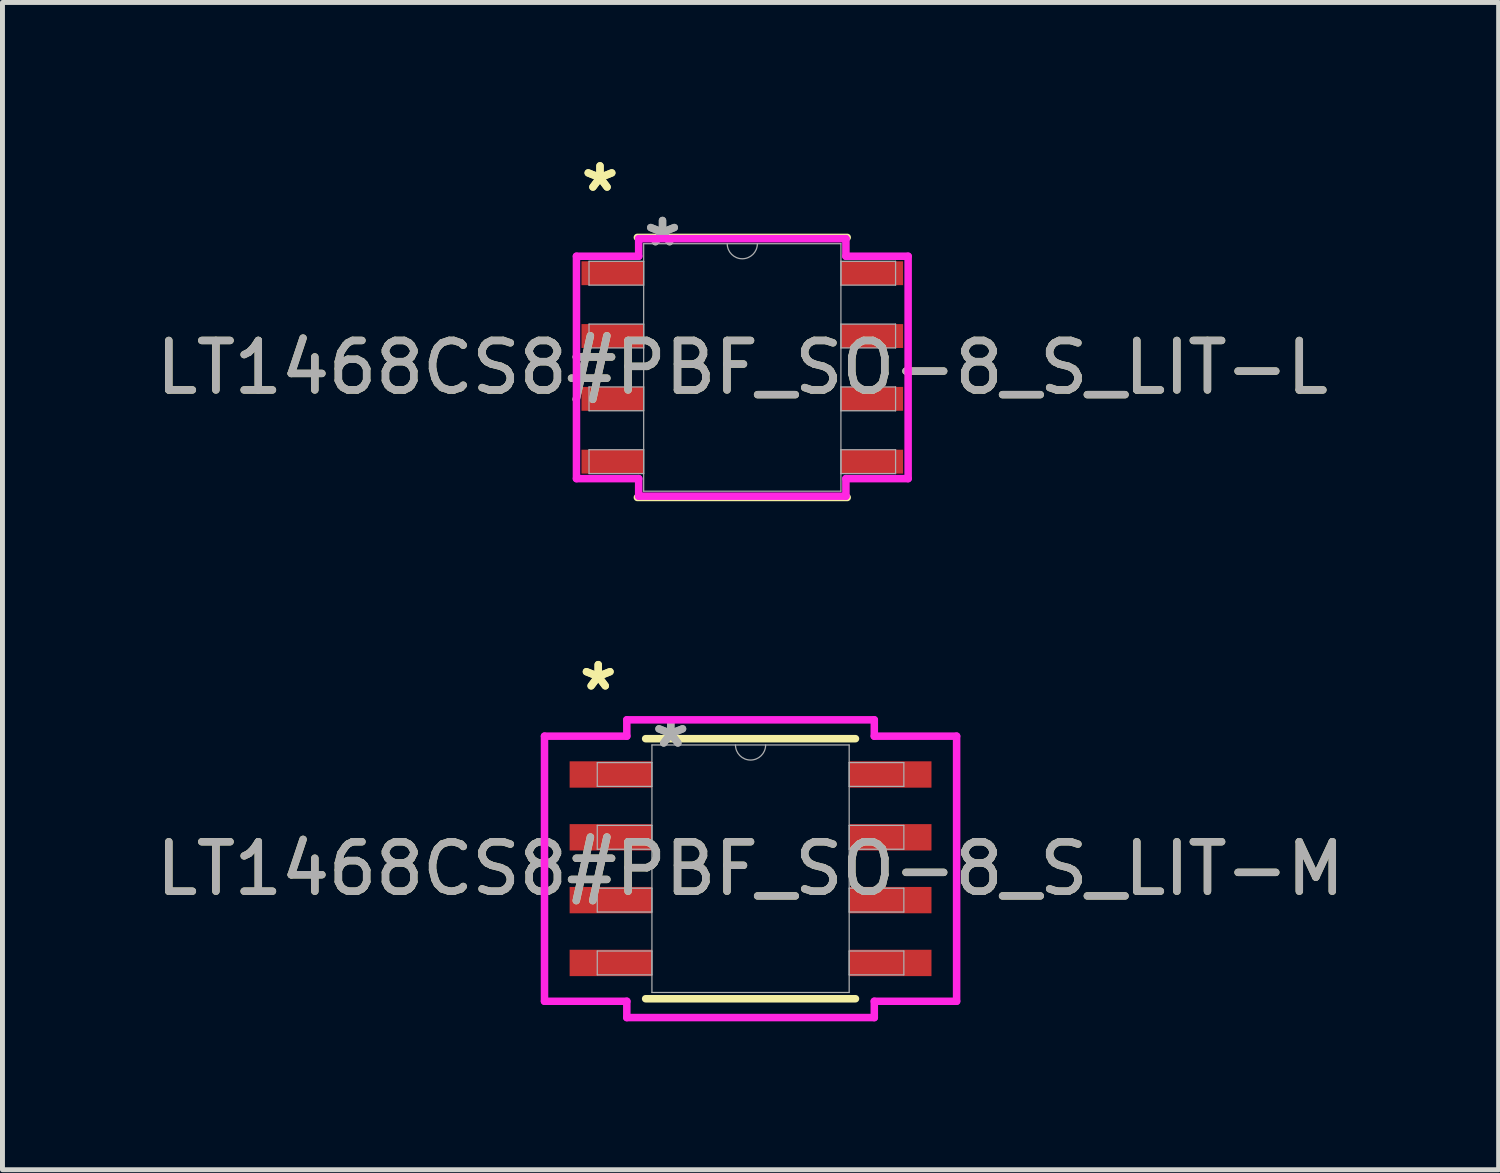
<source format=kicad_pcb>
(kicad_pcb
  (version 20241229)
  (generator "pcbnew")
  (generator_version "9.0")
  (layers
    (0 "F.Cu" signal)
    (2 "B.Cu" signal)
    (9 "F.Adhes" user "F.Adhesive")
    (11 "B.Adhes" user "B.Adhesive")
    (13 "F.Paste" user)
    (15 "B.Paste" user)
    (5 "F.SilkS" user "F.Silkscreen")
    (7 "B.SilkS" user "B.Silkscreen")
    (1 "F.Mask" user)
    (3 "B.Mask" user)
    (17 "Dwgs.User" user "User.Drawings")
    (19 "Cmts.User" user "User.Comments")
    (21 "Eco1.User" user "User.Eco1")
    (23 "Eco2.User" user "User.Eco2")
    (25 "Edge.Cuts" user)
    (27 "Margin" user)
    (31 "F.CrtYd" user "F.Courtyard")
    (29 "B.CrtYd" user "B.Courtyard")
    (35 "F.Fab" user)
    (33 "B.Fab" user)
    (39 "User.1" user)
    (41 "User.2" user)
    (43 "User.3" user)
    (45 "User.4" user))
  (footprint "LT1468CS8#PBF_SO-8_S_LIT-L"
    (layer "F.Cu")
    (at 11.958 4.379)
    (property "Reference" "LT1468CS8#PBF_SO-8_S_LIT-L" (at 0 0 0) (unlocked yes) (layer "F.SilkS") (effects (font (size 1 1) (thickness 0.15))))
    (attr smd)
    (fp_line (start -2.121 2.629) (end 2.121 2.629) (stroke (width 0.152) (type solid)) (layer "F.SilkS"))
    (fp_line (start 2.121 -2.629) (end -2.121 -2.629) (stroke (width 0.152) (type solid)) (layer "F.SilkS"))
    (fp_line (start -3.353 -2.248) (end -2.095 -2.248) (stroke (width 0.152) (type solid)) (layer "F.CrtYd"))
    (fp_line (start -3.353 2.248) (end -3.353 -2.248) (stroke (width 0.152) (type solid)) (layer "F.CrtYd"))
    (fp_line (start -3.353 2.248) (end -2.095 2.248) (stroke (width 0.152) (type solid)) (layer "F.CrtYd"))
    (fp_line (start -2.095 -2.603) (end 2.095 -2.603) (stroke (width 0.152) (type solid)) (layer "F.CrtYd"))
    (fp_line (start -2.095 -2.248) (end -2.095 -2.603) (stroke (width 0.152) (type solid)) (layer "F.CrtYd"))
    (fp_line (start -2.095 2.603) (end -2.095 2.248) (stroke (width 0.152) (type solid)) (layer "F.CrtYd"))
    (fp_line (start 2.095 -2.603) (end 2.095 -2.248) (stroke (width 0.152) (type solid)) (layer "F.CrtYd"))
    (fp_line (start 2.095 2.248) (end 2.095 2.603) (stroke (width 0.152) (type solid)) (layer "F.CrtYd"))
    (fp_line (start 2.095 2.603) (end -2.095 2.603) (stroke (width 0.152) (type solid)) (layer "F.CrtYd"))
    (fp_line (start 3.353 -2.248) (end 2.095 -2.248) (stroke (width 0.152) (type solid)) (layer "F.CrtYd"))
    (fp_line (start 3.353 -2.248) (end 3.353 2.248) (stroke (width 0.152) (type solid)) (layer "F.CrtYd"))
    (fp_line (start 3.353 2.248) (end 2.095 2.248) (stroke (width 0.152) (type solid)) (layer "F.CrtYd"))
    (fp_line (start -3.099 -2.146) (end -3.099 -1.664) (stroke (width 0.025) (type solid)) (layer "F.Fab"))
    (fp_line (start -3.099 -1.664) (end -1.994 -1.664) (stroke (width 0.025) (type solid)) (layer "F.Fab"))
    (fp_line (start -3.099 -0.876) (end -3.099 -0.394) (stroke (width 0.025) (type solid)) (layer "F.Fab"))
    (fp_line (start -3.099 -0.394) (end -1.994 -0.394) (stroke (width 0.025) (type solid)) (layer "F.Fab"))
    (fp_line (start -3.099 0.394) (end -3.099 0.876) (stroke (width 0.025) (type solid)) (layer "F.Fab"))
    (fp_line (start -3.099 0.876) (end -1.994 0.876) (stroke (width 0.025) (type solid)) (layer "F.Fab"))
    (fp_line (start -3.099 1.664) (end -3.099 2.146) (stroke (width 0.025) (type solid)) (layer "F.Fab"))
    (fp_line (start -3.099 2.146) (end -1.994 2.146) (stroke (width 0.025) (type solid)) (layer "F.Fab"))
    (fp_line (start -1.994 -2.502) (end -1.994 2.502) (stroke (width 0.025) (type solid)) (layer "F.Fab"))
    (fp_line (start -1.994 -2.146) (end -3.099 -2.146) (stroke (width 0.025) (type solid)) (layer "F.Fab"))
    (fp_line (start -1.994 -1.664) (end -1.994 -2.146) (stroke (width 0.025) (type solid)) (layer "F.Fab"))
    (fp_line (start -1.994 -0.876) (end -3.099 -0.876) (stroke (width 0.025) (type solid)) (layer "F.Fab"))
    (fp_line (start -1.994 -0.394) (end -1.994 -0.876) (stroke (width 0.025) (type solid)) (layer "F.Fab"))
    (fp_line (start -1.994 0.394) (end -3.099 0.394) (stroke (width 0.025) (type solid)) (layer "F.Fab"))
    (fp_line (start -1.994 0.876) (end -1.994 0.394) (stroke (width 0.025) (type solid)) (layer "F.Fab"))
    (fp_line (start -1.994 1.664) (end -3.099 1.664) (stroke (width 0.025) (type solid)) (layer "F.Fab"))
    (fp_line (start -1.994 2.146) (end -1.994 1.664) (stroke (width 0.025) (type solid)) (layer "F.Fab"))
    (fp_line (start -1.994 2.502) (end 1.994 2.502) (stroke (width 0.025) (type solid)) (layer "F.Fab"))
    (fp_line (start 1.994 -2.502) (end -1.994 -2.502) (stroke (width 0.025) (type solid)) (layer "F.Fab"))
    (fp_line (start 1.994 -2.146) (end 1.994 -1.664) (stroke (width 0.025) (type solid)) (layer "F.Fab"))
    (fp_line (start 1.994 -1.664) (end 3.099 -1.664) (stroke (width 0.025) (type solid)) (layer "F.Fab"))
    (fp_line (start 1.994 -0.876) (end 1.994 -0.394) (stroke (width 0.025) (type solid)) (layer "F.Fab"))
    (fp_line (start 1.994 -0.394) (end 3.099 -0.394) (stroke (width 0.025) (type solid)) (layer "F.Fab"))
    (fp_line (start 1.994 0.394) (end 1.994 0.876) (stroke (width 0.025) (type solid)) (layer "F.Fab"))
    (fp_line (start 1.994 0.876) (end 3.099 0.876) (stroke (width 0.025) (type solid)) (layer "F.Fab"))
    (fp_line (start 1.994 1.664) (end 1.994 2.146) (stroke (width 0.025) (type solid)) (layer "F.Fab"))
    (fp_line (start 1.994 2.146) (end 3.099 2.146) (stroke (width 0.025) (type solid)) (layer "F.Fab"))
    (fp_line (start 1.994 2.502) (end 1.994 -2.502) (stroke (width 0.025) (type solid)) (layer "F.Fab"))
    (fp_line (start 3.099 -2.146) (end 1.994 -2.146) (stroke (width 0.025) (type solid)) (layer "F.Fab"))
    (fp_line (start 3.099 -1.664) (end 3.099 -2.146) (stroke (width 0.025) (type solid)) (layer "F.Fab"))
    (fp_line (start 3.099 -0.876) (end 1.994 -0.876) (stroke (width 0.025) (type solid)) (layer "F.Fab"))
    (fp_line (start 3.099 -0.394) (end 3.099 -0.876) (stroke (width 0.025) (type solid)) (layer "F.Fab"))
    (fp_line (start 3.099 0.394) (end 1.994 0.394) (stroke (width 0.025) (type solid)) (layer "F.Fab"))
    (fp_line (start 3.099 0.876) (end 3.099 0.394) (stroke (width 0.025) (type solid)) (layer "F.Fab"))
    (fp_line (start 3.099 1.664) (end 1.994 1.664) (stroke (width 0.025) (type solid)) (layer "F.Fab"))
    (fp_line (start 3.099 2.146) (end 3.099 1.664) (stroke (width 0.025) (type solid)) (layer "F.Fab"))
    (fp_arc (start 0.3048 -2.5019) (mid 0 -2.1971) (end -0.3048 -2.5019) (stroke (width 0.0254) (type solid)) (layer "F.Fab"))
    (fp_text user "*" (at -2.877 -3.531 0) (unlocked yes) (layer "F.SilkS") (effects (font (size 1 1) (thickness 0.15))))
    (fp_text user "*" (at -2.877 -3.531 0) (layer "F.SilkS") (effects (font (size 1 1) (thickness 0.15))))
    (fp_text user "*" (at -1.613 -2.426 0) (layer "F.Fab") (effects (font (size 1 1) (thickness 0.15))))
    (fp_text user "*" (at -1.613 -2.426 0) (unlocked yes) (layer "F.Fab") (effects (font (size 1 1) (thickness 0.15))))
    (fp_text user "${REFERENCE}" (at 0 0 0) (unlocked yes) (layer "F.Fab") (effects (font (size 1 1) (thickness 0.15))))
    (pad "1" smd rect (at -2.623 -1.905) (size 1.257 0.483) (layers "F.Cu" "F.Mask" "F.Paste"))
    (pad "2" smd rect (at -2.623 -0.635) (size 1.257 0.483) (layers "F.Cu" "F.Mask" "F.Paste"))
    (pad "3" smd rect (at -2.623 0.635) (size 1.257 0.483) (layers "F.Cu" "F.Mask" "F.Paste"))
    (pad "4" smd rect (at -2.623 1.905) (size 1.257 0.483) (layers "F.Cu" "F.Mask" "F.Paste"))
    (pad "5" smd rect (at 2.623 1.905) (size 1.257 0.483) (layers "F.Cu" "F.Mask" "F.Paste"))
    (pad "6" smd rect (at 2.623 0.635) (size 1.257 0.483) (layers "F.Cu" "F.Mask" "F.Paste"))
    (pad "7" smd rect (at 2.623 -0.635) (size 1.257 0.483) (layers "F.Cu" "F.Mask" "F.Paste"))
    (pad "8" smd rect (at 2.623 -1.905) (size 1.257 0.483) (layers "F.Cu" "F.Mask" "F.Paste")))
  (footprint "LT1468CS8#PBF_SO-8_S_LIT-M"
    (layer "F.Cu")
    (at 12.125 14.514)
    (property "Reference" "LT1468CS8#PBF_SO-8_S_LIT-M" (at 0 0 0) (unlocked yes) (layer "F.SilkS") (effects (font (size 1 1) (thickness 0.15))))
    (attr smd)
    (fp_line (start -2.121 2.629) (end 2.121 2.629) (stroke (width 0.152) (type solid)) (layer "F.SilkS"))
    (fp_line (start 2.121 -2.629) (end -2.121 -2.629) (stroke (width 0.152) (type solid)) (layer "F.SilkS"))
    (fp_line (start -4.166 -2.68) (end -2.502 -2.68) (stroke (width 0.152) (type solid)) (layer "F.CrtYd"))
    (fp_line (start -4.166 2.68) (end -4.166 -2.68) (stroke (width 0.152) (type solid)) (layer "F.CrtYd"))
    (fp_line (start -4.166 2.68) (end -2.502 2.68) (stroke (width 0.152) (type solid)) (layer "F.CrtYd"))
    (fp_line (start -2.502 -3.01) (end 2.502 -3.01) (stroke (width 0.152) (type solid)) (layer "F.CrtYd"))
    (fp_line (start -2.502 -2.68) (end -2.502 -3.01) (stroke (width 0.152) (type solid)) (layer "F.CrtYd"))
    (fp_line (start -2.502 3.01) (end -2.502 2.68) (stroke (width 0.152) (type solid)) (layer "F.CrtYd"))
    (fp_line (start 2.502 -3.01) (end 2.502 -2.68) (stroke (width 0.152) (type solid)) (layer "F.CrtYd"))
    (fp_line (start 2.502 2.68) (end 2.502 3.01) (stroke (width 0.152) (type solid)) (layer "F.CrtYd"))
    (fp_line (start 2.502 3.01) (end -2.502 3.01) (stroke (width 0.152) (type solid)) (layer "F.CrtYd"))
    (fp_line (start 4.166 -2.68) (end 2.502 -2.68) (stroke (width 0.152) (type solid)) (layer "F.CrtYd"))
    (fp_line (start 4.166 -2.68) (end 4.166 2.68) (stroke (width 0.152) (type solid)) (layer "F.CrtYd"))
    (fp_line (start 4.166 2.68) (end 2.502 2.68) (stroke (width 0.152) (type solid)) (layer "F.CrtYd"))
    (fp_line (start -3.099 -2.146) (end -3.099 -1.664) (stroke (width 0.025) (type solid)) (layer "F.Fab"))
    (fp_line (start -3.099 -1.664) (end -1.994 -1.664) (stroke (width 0.025) (type solid)) (layer "F.Fab"))
    (fp_line (start -3.099 -0.876) (end -3.099 -0.394) (stroke (width 0.025) (type solid)) (layer "F.Fab"))
    (fp_line (start -3.099 -0.394) (end -1.994 -0.394) (stroke (width 0.025) (type solid)) (layer "F.Fab"))
    (fp_line (start -3.099 0.394) (end -3.099 0.876) (stroke (width 0.025) (type solid)) (layer "F.Fab"))
    (fp_line (start -3.099 0.876) (end -1.994 0.876) (stroke (width 0.025) (type solid)) (layer "F.Fab"))
    (fp_line (start -3.099 1.664) (end -3.099 2.146) (stroke (width 0.025) (type solid)) (layer "F.Fab"))
    (fp_line (start -3.099 2.146) (end -1.994 2.146) (stroke (width 0.025) (type solid)) (layer "F.Fab"))
    (fp_line (start -1.994 -2.502) (end -1.994 2.502) (stroke (width 0.025) (type solid)) (layer "F.Fab"))
    (fp_line (start -1.994 -2.146) (end -3.099 -2.146) (stroke (width 0.025) (type solid)) (layer "F.Fab"))
    (fp_line (start -1.994 -1.664) (end -1.994 -2.146) (stroke (width 0.025) (type solid)) (layer "F.Fab"))
    (fp_line (start -1.994 -0.876) (end -3.099 -0.876) (stroke (width 0.025) (type solid)) (layer "F.Fab"))
    (fp_line (start -1.994 -0.394) (end -1.994 -0.876) (stroke (width 0.025) (type solid)) (layer "F.Fab"))
    (fp_line (start -1.994 0.394) (end -3.099 0.394) (stroke (width 0.025) (type solid)) (layer "F.Fab"))
    (fp_line (start -1.994 0.876) (end -1.994 0.394) (stroke (width 0.025) (type solid)) (layer "F.Fab"))
    (fp_line (start -1.994 1.664) (end -3.099 1.664) (stroke (width 0.025) (type solid)) (layer "F.Fab"))
    (fp_line (start -1.994 2.146) (end -1.994 1.664) (stroke (width 0.025) (type solid)) (layer "F.Fab"))
    (fp_line (start -1.994 2.502) (end 1.994 2.502) (stroke (width 0.025) (type solid)) (layer "F.Fab"))
    (fp_line (start 1.994 -2.502) (end -1.994 -2.502) (stroke (width 0.025) (type solid)) (layer "F.Fab"))
    (fp_line (start 1.994 -2.146) (end 1.994 -1.664) (stroke (width 0.025) (type solid)) (layer "F.Fab"))
    (fp_line (start 1.994 -1.664) (end 3.099 -1.664) (stroke (width 0.025) (type solid)) (layer "F.Fab"))
    (fp_line (start 1.994 -0.876) (end 1.994 -0.394) (stroke (width 0.025) (type solid)) (layer "F.Fab"))
    (fp_line (start 1.994 -0.394) (end 3.099 -0.394) (stroke (width 0.025) (type solid)) (layer "F.Fab"))
    (fp_line (start 1.994 0.394) (end 1.994 0.876) (stroke (width 0.025) (type solid)) (layer "F.Fab"))
    (fp_line (start 1.994 0.876) (end 3.099 0.876) (stroke (width 0.025) (type solid)) (layer "F.Fab"))
    (fp_line (start 1.994 1.664) (end 1.994 2.146) (stroke (width 0.025) (type solid)) (layer "F.Fab"))
    (fp_line (start 1.994 2.146) (end 3.099 2.146) (stroke (width 0.025) (type solid)) (layer "F.Fab"))
    (fp_line (start 1.994 2.502) (end 1.994 -2.502) (stroke (width 0.025) (type solid)) (layer "F.Fab"))
    (fp_line (start 3.099 -2.146) (end 1.994 -2.146) (stroke (width 0.025) (type solid)) (layer "F.Fab"))
    (fp_line (start 3.099 -1.664) (end 3.099 -2.146) (stroke (width 0.025) (type solid)) (layer "F.Fab"))
    (fp_line (start 3.099 -0.876) (end 1.994 -0.876) (stroke (width 0.025) (type solid)) (layer "F.Fab"))
    (fp_line (start 3.099 -0.394) (end 3.099 -0.876) (stroke (width 0.025) (type solid)) (layer "F.Fab"))
    (fp_line (start 3.099 0.394) (end 1.994 0.394) (stroke (width 0.025) (type solid)) (layer "F.Fab"))
    (fp_line (start 3.099 0.876) (end 3.099 0.394) (stroke (width 0.025) (type solid)) (layer "F.Fab"))
    (fp_line (start 3.099 1.664) (end 1.994 1.664) (stroke (width 0.025) (type solid)) (layer "F.Fab"))
    (fp_line (start 3.099 2.146) (end 3.099 1.664) (stroke (width 0.025) (type solid)) (layer "F.Fab"))
    (fp_arc (start 0.3048 -2.5019) (mid 0 -2.1971) (end -0.3048 -2.5019) (stroke (width 0.0254) (type solid)) (layer "F.Fab"))
    (fp_text user "*" (at -3.08 -3.581 0) (layer "F.SilkS") (effects (font (size 1 1) (thickness 0.15))))
    (fp_text user "*" (at -3.08 -3.581 0) (unlocked yes) (layer "F.SilkS") (effects (font (size 1 1) (thickness 0.15))))
    (fp_text user "${REFERENCE}" (at 0 0 0) (unlocked yes) (layer "F.Fab") (effects (font (size 1 1) (thickness 0.15))))
    (fp_text user "*" (at -1.613 -2.426 0) (unlocked yes) (layer "F.Fab") (effects (font (size 1 1) (thickness 0.15))))
    (fp_text user "*" (at -1.613 -2.426 0) (layer "F.Fab") (effects (font (size 1 1) (thickness 0.15))))
    (pad "1" smd rect (at -2.826 -1.905) (size 1.664 0.533) (layers "F.Cu" "F.Mask" "F.Paste"))
    (pad "2" smd rect (at -2.826 -0.635) (size 1.664 0.533) (layers "F.Cu" "F.Mask" "F.Paste"))
    (pad "3" smd rect (at -2.826 0.635) (size 1.664 0.533) (layers "F.Cu" "F.Mask" "F.Paste"))
    (pad "4" smd rect (at -2.826 1.905) (size 1.664 0.533) (layers "F.Cu" "F.Mask" "F.Paste"))
    (pad "5" smd rect (at 2.826 1.905) (size 1.664 0.533) (layers "F.Cu" "F.Mask" "F.Paste"))
    (pad "6" smd rect (at 2.826 0.635) (size 1.664 0.533) (layers "F.Cu" "F.Mask" "F.Paste"))
    (pad "7" smd rect (at 2.826 -0.635) (size 1.664 0.533) (layers "F.Cu" "F.Mask" "F.Paste"))
    (pad "8" smd rect (at 2.826 -1.905) (size 1.664 0.533) (layers "F.Cu" "F.Mask" "F.Paste")))
  (gr_rect
    (start -3 -3)
    (end 27.25 20.6)
    (stroke (width 0.1) (type default))
    (fill no)
    (layer "Edge.Cuts")))
</source>
